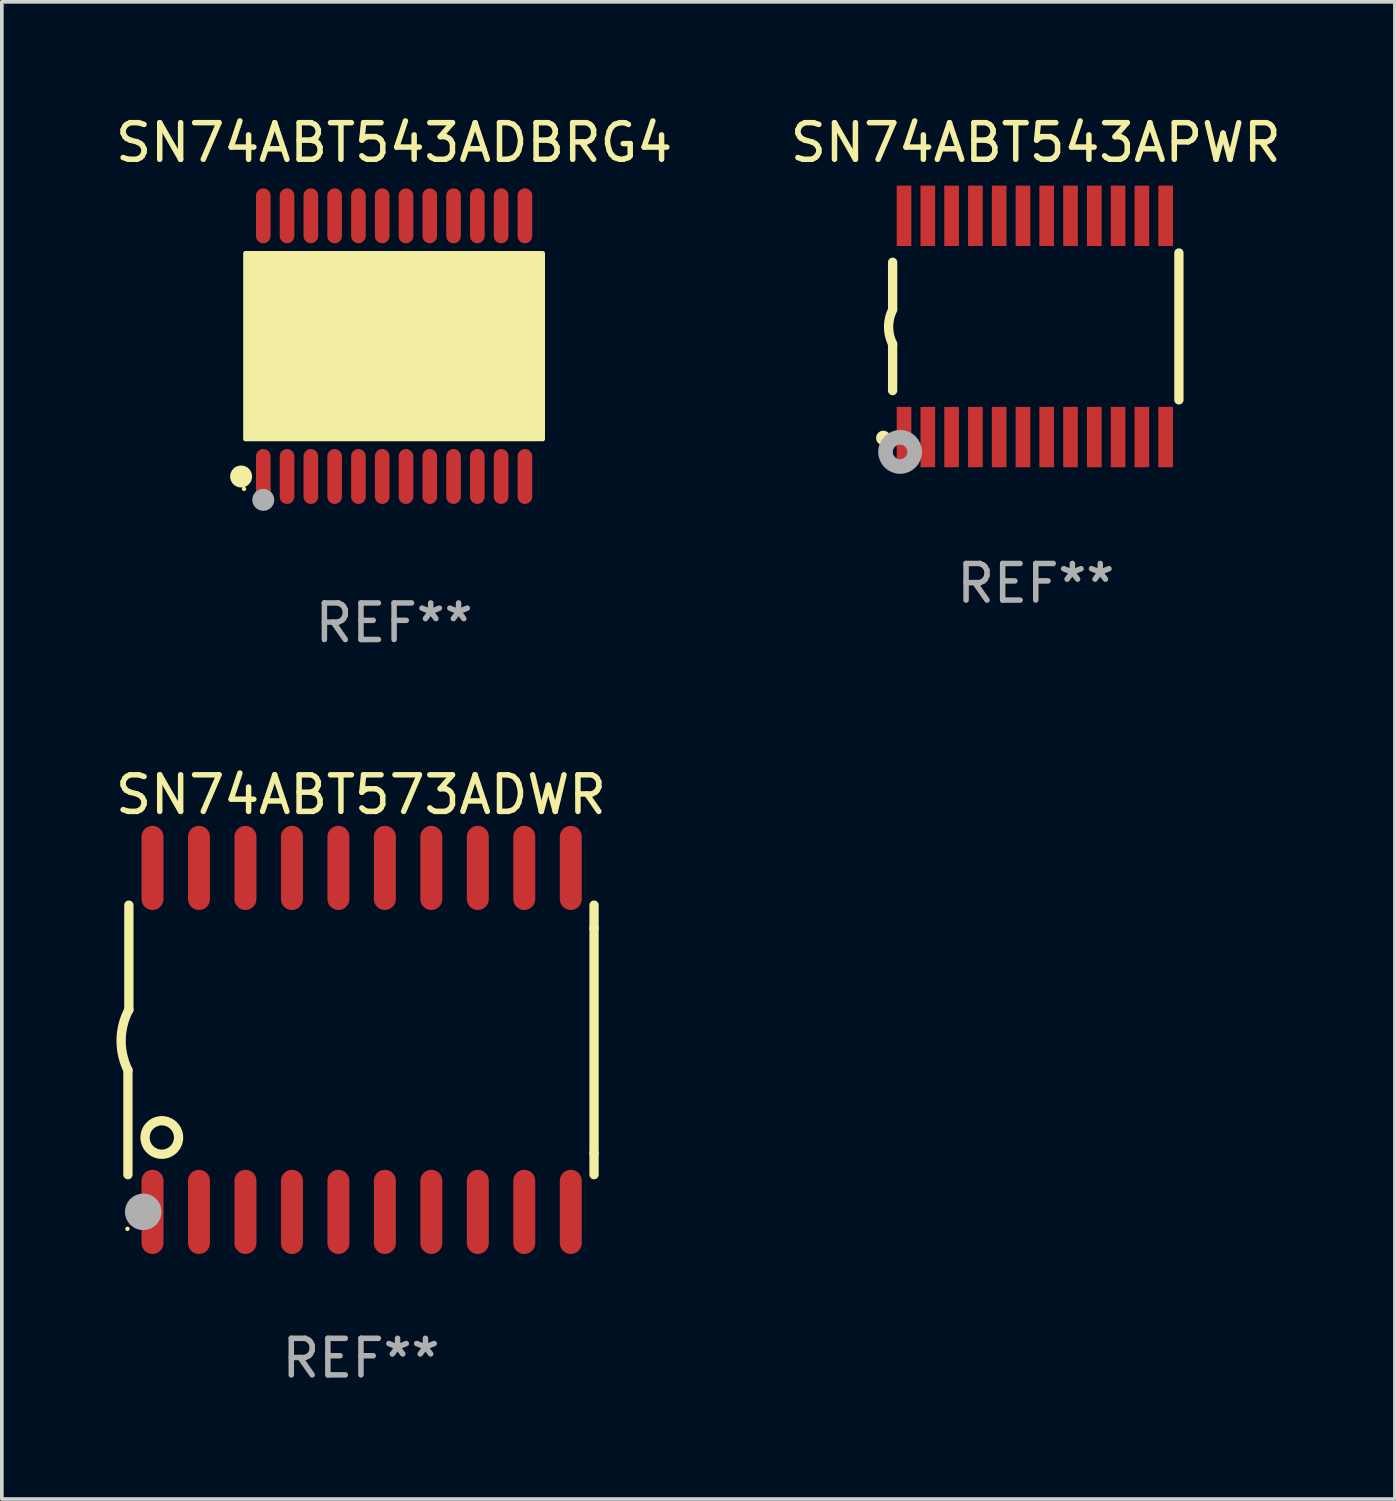
<source format=kicad_pcb>
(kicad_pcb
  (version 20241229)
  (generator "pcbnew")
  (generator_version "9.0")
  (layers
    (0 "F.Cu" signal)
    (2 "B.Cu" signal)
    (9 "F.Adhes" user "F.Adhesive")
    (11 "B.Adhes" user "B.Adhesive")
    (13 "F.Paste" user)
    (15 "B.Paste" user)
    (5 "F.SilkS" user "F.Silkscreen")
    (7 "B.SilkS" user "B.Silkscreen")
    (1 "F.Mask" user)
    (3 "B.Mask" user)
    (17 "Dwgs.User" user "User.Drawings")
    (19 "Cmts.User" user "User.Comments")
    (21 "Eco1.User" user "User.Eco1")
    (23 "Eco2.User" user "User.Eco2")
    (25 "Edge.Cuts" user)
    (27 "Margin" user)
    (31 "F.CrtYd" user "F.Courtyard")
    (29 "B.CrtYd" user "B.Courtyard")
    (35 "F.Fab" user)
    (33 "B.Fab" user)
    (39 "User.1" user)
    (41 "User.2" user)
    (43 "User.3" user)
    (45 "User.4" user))
  (footprint "SN74ABT573ADWR"
    (layer "F.Cu")
    (at 6.815 25.369)
    (property "Reference" "SN74ABT573ADWR" (at 0 -6.7 0) (layer "F.SilkS") (effects (font (size 1 1) (thickness 0.15))))
    (attr through_hole)
    (fp_line (start -6.369 0.826) (end -6.369 3.683) (stroke (width 0.254) (type solid)) (layer "F.SilkS"))
    (fp_line (start -6.343 -0.825) (end -6.343 -3.683) (stroke (width 0.254) (type solid)) (layer "F.SilkS"))
    (fp_line (start 6.369 -3.048) (end 6.369 -3.683) (stroke (width 0.254) (type solid)) (layer "F.SilkS"))
    (fp_line (start 6.369 -3.048) (end 6.369 3.096) (stroke (width 0.254) (type solid)) (layer "F.SilkS"))
    (fp_line (start 6.369 3.096) (end 6.369 3.683) (stroke (width 0.254) (type solid)) (layer "F.SilkS"))
    (fp_arc (start -6.36853 0.825552) (mid -6.554743 -0.00301) (end -6.343129 -0.825451) (stroke (width 0.254001) (type solid)) (layer "F.SilkS"))
    (fp_circle (center -6.382 5.163) (end -6.352 5.163) (stroke (width 0.06) (type solid)) (fill no) (layer "F.SilkS"))
    (fp_circle (center -5.443 2.667) (end -4.985 2.667) (stroke (width 0.254) (type solid)) (fill no) (layer "F.SilkS"))
    (fp_circle (center -5.951 4.699) (end -5.701 4.699) (stroke (width 0.5) (type solid)) (fill no) (layer "F.Fab"))
    (fp_text user "REF**" (at 0 8.7 0) (layer "F.Fab") (effects (font (size 1 1) (thickness 0.15))))
    (pad "1" smd oval (at -5.697 4.7 180) (size 0.6 2.3) (layers "F.Cu" "F.Mask" "F.Paste"))
    (pad "2" smd oval (at -4.427 4.7 180) (size 0.6 2.3) (layers "F.Cu" "F.Mask" "F.Paste"))
    (pad "3" smd oval (at -3.157 4.7 180) (size 0.6 2.3) (layers "F.Cu" "F.Mask" "F.Paste"))
    (pad "4" smd oval (at -1.887 4.7 180) (size 0.6 2.3) (layers "F.Cu" "F.Mask" "F.Paste"))
    (pad "5" smd oval (at -0.617 4.7 180) (size 0.6 2.3) (layers "F.Cu" "F.Mask" "F.Paste"))
    (pad "6" smd oval (at 0.653 4.7 180) (size 0.6 2.3) (layers "F.Cu" "F.Mask" "F.Paste"))
    (pad "7" smd oval (at 1.923 4.7 180) (size 0.6 2.3) (layers "F.Cu" "F.Mask" "F.Paste"))
    (pad "8" smd oval (at 3.193 4.7 180) (size 0.6 2.3) (layers "F.Cu" "F.Mask" "F.Paste"))
    (pad "9" smd oval (at 4.463 4.7 180) (size 0.6 2.3) (layers "F.Cu" "F.Mask" "F.Paste"))
    (pad "10" smd oval (at 5.734 4.7 180) (size 0.6 2.3) (layers "F.Cu" "F.Mask" "F.Paste"))
    (pad "11" smd oval (at 5.734 -4.7 180) (size 0.6 2.3) (layers "F.Cu" "F.Mask" "F.Paste"))
    (pad "12" smd oval (at 4.463 -4.7 180) (size 0.6 2.3) (layers "F.Cu" "F.Mask" "F.Paste"))
    (pad "13" smd oval (at 3.193 -4.7 180) (size 0.6 2.3) (layers "F.Cu" "F.Mask" "F.Paste"))
    (pad "14" smd oval (at 1.923 -4.7 180) (size 0.6 2.3) (layers "F.Cu" "F.Mask" "F.Paste"))
    (pad "15" smd oval (at 0.653 -4.7 180) (size 0.6 2.3) (layers "F.Cu" "F.Mask" "F.Paste"))
    (pad "16" smd oval (at -0.617 -4.7 180) (size 0.6 2.3) (layers "F.Cu" "F.Mask" "F.Paste"))
    (pad "17" smd oval (at -1.887 -4.7 180) (size 0.6 2.3) (layers "F.Cu" "F.Mask" "F.Paste"))
    (pad "18" smd oval (at -3.157 -4.7 180) (size 0.6 2.3) (layers "F.Cu" "F.Mask" "F.Paste"))
    (pad "19" smd oval (at -4.427 -4.7 180) (size 0.6 2.3) (layers "F.Cu" "F.Mask" "F.Paste"))
    (pad "20" smd oval (at -5.697 -4.7 180) (size 0.6 2.3) (layers "F.Cu" "F.Mask" "F.Paste")))
  (footprint "SN74ABT543ADBRG4"
    (layer "F.Cu")
    (at 7.72 6.41)
    (property "Reference" "SN74ABT543ADBRG4" (at 0 -5.562 0) (layer "F.SilkS") (effects (font (size 1 1) (thickness 0.15))))
    (attr through_hole)
    (fp_circle (center -4.181 3.562) (end -4.031 3.562) (stroke (width 0.3) (type solid)) (fill no) (layer "F.SilkS"))
    (fp_circle (center -4.1 3.9) (end -4.07 3.9) (stroke (width 0.06) (type solid)) (fill no) (layer "F.SilkS"))
    (fp_circle (center -3.575 1.819) (end -3.425 1.819) (stroke (width 0.3) (type solid)) (fill no) (layer "F.SilkS"))
    (fp_poly (pts (xy -4.064 -2.54) (xy 4.064 -2.54) (xy 4.064 2.54) (xy -4.064 2.54)) (stroke (width 0.12) (type solid)) (fill yes) (layer "F.SilkS"))
    (fp_circle (center -3.575 4.2) (end -3.425 4.2) (stroke (width 0.3) (type solid)) (fill no) (layer "F.Fab"))
    (fp_text user "REF**" (at 0 7.562 0) (layer "F.Fab") (effects (font (size 1 1) (thickness 0.15))))
    (pad "1" smd oval (at -3.575 3.562) (size 0.4 1.5) (layers "F.Cu" "F.Mask" "F.Paste"))
    (pad "2" smd oval (at -2.925 3.562) (size 0.4 1.5) (layers "F.Cu" "F.Mask" "F.Paste"))
    (pad "3" smd oval (at -2.275 3.562) (size 0.4 1.5) (layers "F.Cu" "F.Mask" "F.Paste"))
    (pad "4" smd oval (at -1.625 3.562) (size 0.4 1.5) (layers "F.Cu" "F.Mask" "F.Paste"))
    (pad "5" smd oval (at -0.975 3.562) (size 0.4 1.5) (layers "F.Cu" "F.Mask" "F.Paste"))
    (pad "6" smd oval (at -0.325 3.562) (size 0.4 1.5) (layers "F.Cu" "F.Mask" "F.Paste"))
    (pad "7" smd oval (at 0.325 3.562) (size 0.4 1.5) (layers "F.Cu" "F.Mask" "F.Paste"))
    (pad "8" smd oval (at 0.975 3.562) (size 0.4 1.5) (layers "F.Cu" "F.Mask" "F.Paste"))
    (pad "9" smd oval (at 1.625 3.562) (size 0.4 1.5) (layers "F.Cu" "F.Mask" "F.Paste"))
    (pad "10" smd oval (at 2.275 3.562) (size 0.4 1.5) (layers "F.Cu" "F.Mask" "F.Paste"))
    (pad "11" smd oval (at 2.925 3.562) (size 0.4 1.5) (layers "F.Cu" "F.Mask" "F.Paste"))
    (pad "12" smd oval (at 3.575 3.562) (size 0.4 1.5) (layers "F.Cu" "F.Mask" "F.Paste"))
    (pad "13" smd oval (at 3.575 -3.562) (size 0.4 1.5) (layers "F.Cu" "F.Mask" "F.Paste"))
    (pad "14" smd oval (at 2.925 -3.562) (size 0.4 1.5) (layers "F.Cu" "F.Mask" "F.Paste"))
    (pad "15" smd oval (at 2.275 -3.562) (size 0.4 1.5) (layers "F.Cu" "F.Mask" "F.Paste"))
    (pad "16" smd oval (at 1.625 -3.562) (size 0.4 1.5) (layers "F.Cu" "F.Mask" "F.Paste"))
    (pad "17" smd oval (at 0.975 -3.562) (size 0.4 1.5) (layers "F.Cu" "F.Mask" "F.Paste"))
    (pad "18" smd oval (at 0.325 -3.562) (size 0.4 1.5) (layers "F.Cu" "F.Mask" "F.Paste"))
    (pad "19" smd oval (at -0.325 -3.562) (size 0.4 1.5) (layers "F.Cu" "F.Mask" "F.Paste"))
    (pad "20" smd oval (at -0.975 -3.562) (size 0.4 1.5) (layers "F.Cu" "F.Mask" "F.Paste"))
    (pad "21" smd oval (at -1.625 -3.562) (size 0.4 1.5) (layers "F.Cu" "F.Mask" "F.Paste"))
    (pad "22" smd oval (at -2.275 -3.562) (size 0.4 1.5) (layers "F.Cu" "F.Mask" "F.Paste"))
    (pad "23" smd oval (at -2.925 -3.562) (size 0.4 1.5) (layers "F.Cu" "F.Mask" "F.Paste"))
    (pad "24" smd oval (at -3.575 -3.562) (size 0.4 1.5) (layers "F.Cu" "F.Mask" "F.Paste")))
  (footprint "SN74ABT543APWR"
    (layer "F.Cu")
    (at 25.256 5.871)
    (property "Reference" "SN74ABT543APWR" (at 0 -5.023 0) (layer "F.SilkS") (effects (font (size 1 1) (thickness 0.15))))
    (attr through_hole)
    (fp_line (start -3.912 -0.483) (end -3.912 -1.753) (stroke (width 0.254) (type solid)) (layer "F.SilkS"))
    (fp_line (start -3.912 1.753) (end -3.912 0.483) (stroke (width 0.254) (type solid)) (layer "F.SilkS"))
    (fp_line (start 3.912 -2.007) (end 3.912 2.007) (stroke (width 0.254) (type solid)) (layer "F.SilkS"))
    (fp_arc (start -3.911608 0.482601) (mid -4.022537 0.0127) (end -3.911608 -0.457201) (stroke (width 0.254001) (type solid)) (layer "F.SilkS"))
    (fp_circle (center -4.166 3.048) (end -4.066 3.048) (stroke (width 0.2) (type solid)) (fill no) (layer "F.SilkS"))
    (fp_circle (center -3.925 3.186) (end -3.895 3.186) (stroke (width 0.06) (type solid)) (fill no) (layer "F.SilkS"))
    (fp_circle (center -3.708 3.429) (end -3.509 3.429) (stroke (width 0.4) (type solid)) (fill no) (layer "F.Fab"))
    (fp_text user "REF**" (at 0 7.023 0) (layer "F.Fab") (effects (font (size 1 1) (thickness 0.15))))
    (pad "1" smd rect (at -3.6 3.023) (size 0.4 1.65) (layers "F.Cu" "F.Mask" "F.Paste"))
    (pad "2" smd rect (at -2.95 3.023) (size 0.4 1.65) (layers "F.Cu" "F.Mask" "F.Paste"))
    (pad "3" smd rect (at -2.3 3.023) (size 0.4 1.65) (layers "F.Cu" "F.Mask" "F.Paste"))
    (pad "4" smd rect (at -1.65 3.023) (size 0.4 1.65) (layers "F.Cu" "F.Mask" "F.Paste"))
    (pad "5" smd rect (at -1 3.023) (size 0.4 1.65) (layers "F.Cu" "F.Mask" "F.Paste"))
    (pad "6" smd rect (at -0.35 3.023) (size 0.4 1.65) (layers "F.Cu" "F.Mask" "F.Paste"))
    (pad "7" smd rect (at 0.299 3.023) (size 0.4 1.65) (layers "F.Cu" "F.Mask" "F.Paste"))
    (pad "8" smd rect (at 0.95 3.023) (size 0.4 1.65) (layers "F.Cu" "F.Mask" "F.Paste"))
    (pad "9" smd rect (at 1.6 3.023) (size 0.4 1.65) (layers "F.Cu" "F.Mask" "F.Paste"))
    (pad "10" smd rect (at 2.25 3.023) (size 0.4 1.65) (layers "F.Cu" "F.Mask" "F.Paste"))
    (pad "11" smd rect (at 2.9 3.023) (size 0.4 1.65) (layers "F.Cu" "F.Mask" "F.Paste"))
    (pad "12" smd rect (at 3.549 3.023) (size 0.4 1.65) (layers "F.Cu" "F.Mask" "F.Paste"))
    (pad "13" smd rect (at 3.549 -3.023) (size 0.4 1.65) (layers "F.Cu" "F.Mask" "F.Paste"))
    (pad "14" smd rect (at 2.9 -3.023) (size 0.4 1.65) (layers "F.Cu" "F.Mask" "F.Paste"))
    (pad "15" smd rect (at 2.25 -3.023) (size 0.4 1.65) (layers "F.Cu" "F.Mask" "F.Paste"))
    (pad "16" smd rect (at 1.6 -3.023) (size 0.4 1.65) (layers "F.Cu" "F.Mask" "F.Paste"))
    (pad "17" smd rect (at 0.95 -3.023) (size 0.4 1.65) (layers "F.Cu" "F.Mask" "F.Paste"))
    (pad "18" smd rect (at 0.299 -3.023) (size 0.4 1.65) (layers "F.Cu" "F.Mask" "F.Paste"))
    (pad "19" smd rect (at -0.35 -3.023) (size 0.4 1.65) (layers "F.Cu" "F.Mask" "F.Paste"))
    (pad "20" smd rect (at -1 -3.023) (size 0.4 1.65) (layers "F.Cu" "F.Mask" "F.Paste"))
    (pad "21" smd rect (at -1.65 -3.023) (size 0.4 1.65) (layers "F.Cu" "F.Mask" "F.Paste"))
    (pad "22" smd rect (at -2.3 -3.023) (size 0.4 1.65) (layers "F.Cu" "F.Mask" "F.Paste"))
    (pad "23" smd rect (at -2.95 -3.023) (size 0.4 1.65) (layers "F.Cu" "F.Mask" "F.Paste"))
    (pad "24" smd rect (at -3.6 -3.023) (size 0.4 1.65) (layers "F.Cu" "F.Mask" "F.Paste")))
  (gr_rect
    (start -3 -3)
    (end 35.071 37.917)
    (stroke (width 0.1) (type default))
    (fill no)
    (layer "Edge.Cuts")))
</source>
